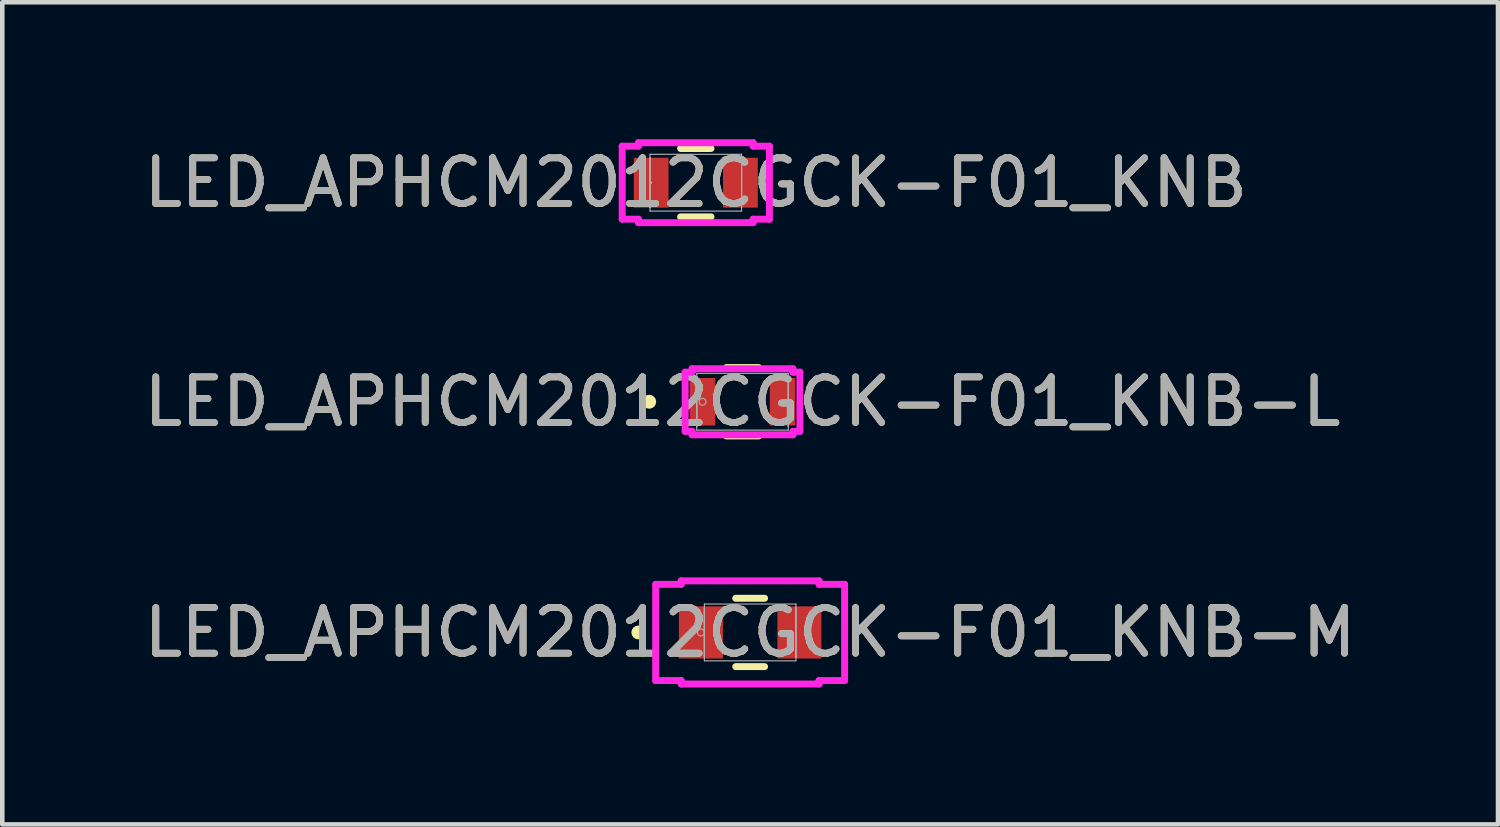
<source format=kicad_pcb>
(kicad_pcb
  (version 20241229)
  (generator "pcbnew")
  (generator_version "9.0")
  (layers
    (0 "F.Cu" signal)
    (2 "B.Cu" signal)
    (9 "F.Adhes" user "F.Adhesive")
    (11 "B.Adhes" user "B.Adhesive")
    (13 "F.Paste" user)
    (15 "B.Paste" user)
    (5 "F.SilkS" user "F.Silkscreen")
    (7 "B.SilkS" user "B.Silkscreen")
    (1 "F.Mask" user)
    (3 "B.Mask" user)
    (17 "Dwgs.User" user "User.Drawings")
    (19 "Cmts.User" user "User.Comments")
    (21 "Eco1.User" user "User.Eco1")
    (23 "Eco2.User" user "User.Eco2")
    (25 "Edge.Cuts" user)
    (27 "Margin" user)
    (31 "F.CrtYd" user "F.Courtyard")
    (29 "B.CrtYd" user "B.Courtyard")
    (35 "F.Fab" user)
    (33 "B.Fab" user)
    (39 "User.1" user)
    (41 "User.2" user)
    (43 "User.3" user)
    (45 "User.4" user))
  (footprint "LED_APHCM2012CGCK-F01_KNB"
    (layer "F.Cu")
    (at 12.196 0.953)
    (property "Reference" "LED_APHCM2012CGCK-F01_KNB" (at 0 0 0) (unlocked yes) (layer "F.SilkS") (effects (font (size 1 1) (thickness 0.15))))
    (attr smd)
    (fp_line (start -0.333 0.749) (end 0.333 0.749) (stroke (width 0.152) (type solid)) (layer "F.SilkS"))
    (fp_line (start 0.333 -0.749) (end -0.333 -0.749) (stroke (width 0.152) (type solid)) (layer "F.SilkS"))
    (fp_line (start -1.613 -0.8) (end -1.257 -0.8) (stroke (width 0.152) (type solid)) (layer "F.CrtYd"))
    (fp_line (start -1.613 0.8) (end -1.613 -0.8) (stroke (width 0.152) (type solid)) (layer "F.CrtYd"))
    (fp_line (start -1.257 -0.876) (end 1.257 -0.876) (stroke (width 0.152) (type solid)) (layer "F.CrtYd"))
    (fp_line (start -1.257 -0.8) (end -1.257 -0.876) (stroke (width 0.152) (type solid)) (layer "F.CrtYd"))
    (fp_line (start -1.257 0.8) (end -1.613 0.8) (stroke (width 0.152) (type solid)) (layer "F.CrtYd"))
    (fp_line (start -1.257 0.876) (end -1.257 0.8) (stroke (width 0.152) (type solid)) (layer "F.CrtYd"))
    (fp_line (start 1.257 -0.876) (end 1.257 -0.8) (stroke (width 0.152) (type solid)) (layer "F.CrtYd"))
    (fp_line (start 1.257 -0.8) (end 1.613 -0.8) (stroke (width 0.152) (type solid)) (layer "F.CrtYd"))
    (fp_line (start 1.257 0.8) (end 1.257 0.876) (stroke (width 0.152) (type solid)) (layer "F.CrtYd"))
    (fp_line (start 1.257 0.876) (end -1.257 0.876) (stroke (width 0.152) (type solid)) (layer "F.CrtYd"))
    (fp_line (start 1.613 -0.8) (end 1.613 0.8) (stroke (width 0.152) (type solid)) (layer "F.CrtYd"))
    (fp_line (start 1.613 0.8) (end 1.257 0.8) (stroke (width 0.152) (type solid)) (layer "F.CrtYd"))
    (fp_line (start -1.003 -0.622) (end -1.003 0.622) (stroke (width 0.025) (type solid)) (layer "F.Fab"))
    (fp_line (start -1.003 -0.546) (end -1.003 -0.546) (stroke (width 0.025) (type solid)) (layer "F.Fab"))
    (fp_line (start -1.003 -0.546) (end -1.003 0.546) (stroke (width 0.025) (type solid)) (layer "F.Fab"))
    (fp_line (start -1.003 0.546) (end -1.003 -0.546) (stroke (width 0.025) (type solid)) (layer "F.Fab"))
    (fp_line (start -1.003 0.546) (end -1.003 0.546) (stroke (width 0.025) (type solid)) (layer "F.Fab"))
    (fp_line (start -1.003 0.622) (end 1.003 0.622) (stroke (width 0.025) (type solid)) (layer "F.Fab"))
    (fp_line (start 1.003 -0.622) (end -1.003 -0.622) (stroke (width 0.025) (type solid)) (layer "F.Fab"))
    (fp_line (start 1.003 -0.546) (end 1.003 -0.546) (stroke (width 0.025) (type solid)) (layer "F.Fab"))
    (fp_line (start 1.003 -0.546) (end 1.003 0.546) (stroke (width 0.025) (type solid)) (layer "F.Fab"))
    (fp_line (start 1.003 0.546) (end 1.003 -0.546) (stroke (width 0.025) (type solid)) (layer "F.Fab"))
    (fp_line (start 1.003 0.546) (end 1.003 0.546) (stroke (width 0.025) (type solid)) (layer "F.Fab"))
    (fp_line (start 1.003 0.622) (end 1.003 -0.622) (stroke (width 0.025) (type solid)) (layer "F.Fab"))
    (fp_circle (center -0.978 0) (end -0.978 0) (stroke (width 0.025) (type solid)) (fill no) (layer "F.Fab"))
    (fp_text user "${REFERENCE}" (at 0 0 0) (unlocked yes) (layer "F.Fab") (effects (font (size 1 1) (thickness 0.15))))
    (pad "1" smd rect (at -0.978 0) (size 0.762 1.092) (layers "F.Cu" "F.Mask" "F.Paste"))
    (pad "2" smd rect (at 0.978 0) (size 0.762 1.092) (layers "F.Cu" "F.Mask" "F.Paste"))
    (zone (net_name "") (layer "F.Cu") (hatch full 0.508) (connect_pads) (min_thickness 0.254) (filled_areas_thickness no) (keepout (tracks not_allowed) (vias not_allowed) (pads allowed) (copperpour not_allowed) (footprints allowed)) (placement (enabled no)) (fill) (polygon (pts (xy 11.65 0.381) (xy 12.743 0.381) (xy 12.743 1.524) (xy 11.65 1.524)))))
  (footprint "LED_APHCM2012CGCK-F01_KNB-M"
    (layer "F.Cu")
    (at 13.387 10.808)
    (property "Reference" "LED_APHCM2012CGCK-F01_KNB-M" (at 0 0 0) (unlocked yes) (layer "F.SilkS") (effects (font (size 1 1) (thickness 0.15))))
    (attr smd)
    (fp_line (start -0.316 0.749) (end 0.316 0.749) (stroke (width 0.152) (type solid)) (layer "F.SilkS"))
    (fp_line (start 0.316 -0.749) (end -0.316 -0.749) (stroke (width 0.152) (type solid)) (layer "F.SilkS"))
    (fp_circle (center -2.451 0) (end -2.375 0) (stroke (width 0.152) (type solid)) (fill no) (layer "F.SilkS"))
    (fp_line (start -2.07 -1.054) (end -1.511 -1.054) (stroke (width 0.152) (type solid)) (layer "F.CrtYd"))
    (fp_line (start -2.07 1.054) (end -2.07 -1.054) (stroke (width 0.152) (type solid)) (layer "F.CrtYd"))
    (fp_line (start -1.511 -1.13) (end 1.511 -1.13) (stroke (width 0.152) (type solid)) (layer "F.CrtYd"))
    (fp_line (start -1.511 -1.054) (end -1.511 -1.13) (stroke (width 0.152) (type solid)) (layer "F.CrtYd"))
    (fp_line (start -1.511 1.054) (end -2.07 1.054) (stroke (width 0.152) (type solid)) (layer "F.CrtYd"))
    (fp_line (start -1.511 1.13) (end -1.511 1.054) (stroke (width 0.152) (type solid)) (layer "F.CrtYd"))
    (fp_line (start 1.511 -1.13) (end 1.511 -1.054) (stroke (width 0.152) (type solid)) (layer "F.CrtYd"))
    (fp_line (start 1.511 -1.054) (end 2.07 -1.054) (stroke (width 0.152) (type solid)) (layer "F.CrtYd"))
    (fp_line (start 1.511 1.054) (end 1.511 1.13) (stroke (width 0.152) (type solid)) (layer "F.CrtYd"))
    (fp_line (start 1.511 1.13) (end -1.511 1.13) (stroke (width 0.152) (type solid)) (layer "F.CrtYd"))
    (fp_line (start 2.07 -1.054) (end 2.07 1.054) (stroke (width 0.152) (type solid)) (layer "F.CrtYd"))
    (fp_line (start 2.07 1.054) (end 1.511 1.054) (stroke (width 0.152) (type solid)) (layer "F.CrtYd"))
    (fp_line (start -1.003 -0.622) (end -1.003 0.622) (stroke (width 0.025) (type solid)) (layer "F.Fab"))
    (fp_line (start -1.003 -0.546) (end -1.003 -0.546) (stroke (width 0.025) (type solid)) (layer "F.Fab"))
    (fp_line (start -1.003 -0.546) (end -1.003 0.546) (stroke (width 0.025) (type solid)) (layer "F.Fab"))
    (fp_line (start -1.003 0.546) (end -1.003 -0.546) (stroke (width 0.025) (type solid)) (layer "F.Fab"))
    (fp_line (start -1.003 0.546) (end -1.003 0.546) (stroke (width 0.025) (type solid)) (layer "F.Fab"))
    (fp_line (start -1.003 0.622) (end 1.003 0.622) (stroke (width 0.025) (type solid)) (layer "F.Fab"))
    (fp_line (start 1.003 -0.622) (end -1.003 -0.622) (stroke (width 0.025) (type solid)) (layer "F.Fab"))
    (fp_line (start 1.003 -0.546) (end 1.003 -0.546) (stroke (width 0.025) (type solid)) (layer "F.Fab"))
    (fp_line (start 1.003 -0.546) (end 1.003 0.546) (stroke (width 0.025) (type solid)) (layer "F.Fab"))
    (fp_line (start 1.003 0.546) (end 1.003 -0.546) (stroke (width 0.025) (type solid)) (layer "F.Fab"))
    (fp_line (start 1.003 0.546) (end 1.003 0.546) (stroke (width 0.025) (type solid)) (layer "F.Fab"))
    (fp_line (start 1.003 0.622) (end 1.003 -0.622) (stroke (width 0.025) (type solid)) (layer "F.Fab"))
    (fp_circle (center -1.079 0) (end -1.003 0) (stroke (width 0.025) (type solid)) (fill no) (layer "F.Fab"))
    (fp_text user "${REFERENCE}" (at 0 0 0) (unlocked yes) (layer "F.Fab") (effects (font (size 1 1) (thickness 0.15))))
    (pad "1" smd rect (at -1.079 0) (size 0.965 1.143) (layers "F.Cu" "F.Mask" "F.Paste"))
    (pad "2" smd rect (at 1.079 0) (size 0.965 1.143) (layers "F.Cu" "F.Mask" "F.Paste"))
    (zone (net_name "") (layer "F.Cu") (hatch full 0.508) (connect_pads) (min_thickness 0.254) (filled_areas_thickness no) (keepout (tracks not_allowed) (vias not_allowed) (pads allowed) (copperpour not_allowed) (footprints allowed)) (placement (enabled no)) (fill) (polygon (pts (xy 12.841 10.236) (xy 13.933 10.236) (xy 13.933 11.38) (xy 12.841 11.38)))))
  (footprint "LED_APHCM2012CGCK-F01_KNB-L"
    (layer "F.Cu")
    (at 13.22 5.753)
    (property "Reference" "LED_APHCM2012CGCK-F01_KNB-L" (at 0 0 0) (unlocked yes) (layer "F.SilkS") (effects (font (size 1 1) (thickness 0.15))))
    (attr smd)
    (fp_line (start -0.355 0.749) (end 0.355 0.749) (stroke (width 0.152) (type solid)) (layer "F.SilkS"))
    (fp_line (start 0.355 -0.749) (end -0.355 -0.749) (stroke (width 0.152) (type solid)) (layer "F.SilkS"))
    (fp_circle (center -2.045 0) (end -1.968 0) (stroke (width 0.152) (type solid)) (fill no) (layer "F.SilkS"))
    (fp_line (start -1.257 -0.648) (end -1.105 -0.648) (stroke (width 0.152) (type solid)) (layer "F.CrtYd"))
    (fp_line (start -1.257 0.648) (end -1.257 -0.648) (stroke (width 0.152) (type solid)) (layer "F.CrtYd"))
    (fp_line (start -1.105 -0.724) (end 1.105 -0.724) (stroke (width 0.152) (type solid)) (layer "F.CrtYd"))
    (fp_line (start -1.105 -0.648) (end -1.105 -0.724) (stroke (width 0.152) (type solid)) (layer "F.CrtYd"))
    (fp_line (start -1.105 0.648) (end -1.257 0.648) (stroke (width 0.152) (type solid)) (layer "F.CrtYd"))
    (fp_line (start -1.105 0.724) (end -1.105 0.648) (stroke (width 0.152) (type solid)) (layer "F.CrtYd"))
    (fp_line (start 1.105 -0.724) (end 1.105 -0.648) (stroke (width 0.152) (type solid)) (layer "F.CrtYd"))
    (fp_line (start 1.105 -0.648) (end 1.257 -0.648) (stroke (width 0.152) (type solid)) (layer "F.CrtYd"))
    (fp_line (start 1.105 0.648) (end 1.105 0.724) (stroke (width 0.152) (type solid)) (layer "F.CrtYd"))
    (fp_line (start 1.105 0.724) (end -1.105 0.724) (stroke (width 0.152) (type solid)) (layer "F.CrtYd"))
    (fp_line (start 1.257 -0.648) (end 1.257 0.648) (stroke (width 0.152) (type solid)) (layer "F.CrtYd"))
    (fp_line (start 1.257 0.648) (end 1.105 0.648) (stroke (width 0.152) (type solid)) (layer "F.CrtYd"))
    (fp_line (start -1.003 -0.622) (end -1.003 0.622) (stroke (width 0.025) (type solid)) (layer "F.Fab"))
    (fp_line (start -1.003 -0.546) (end -1.003 -0.546) (stroke (width 0.025) (type solid)) (layer "F.Fab"))
    (fp_line (start -1.003 -0.546) (end -1.003 0.546) (stroke (width 0.025) (type solid)) (layer "F.Fab"))
    (fp_line (start -1.003 0.546) (end -1.003 -0.546) (stroke (width 0.025) (type solid)) (layer "F.Fab"))
    (fp_line (start -1.003 0.546) (end -1.003 0.546) (stroke (width 0.025) (type solid)) (layer "F.Fab"))
    (fp_line (start -1.003 0.622) (end 1.003 0.622) (stroke (width 0.025) (type solid)) (layer "F.Fab"))
    (fp_line (start 1.003 -0.622) (end -1.003 -0.622) (stroke (width 0.025) (type solid)) (layer "F.Fab"))
    (fp_line (start 1.003 -0.546) (end 1.003 -0.546) (stroke (width 0.025) (type solid)) (layer "F.Fab"))
    (fp_line (start 1.003 -0.546) (end 1.003 0.546) (stroke (width 0.025) (type solid)) (layer "F.Fab"))
    (fp_line (start 1.003 0.546) (end 1.003 -0.546) (stroke (width 0.025) (type solid)) (layer "F.Fab"))
    (fp_line (start 1.003 0.546) (end 1.003 0.546) (stroke (width 0.025) (type solid)) (layer "F.Fab"))
    (fp_line (start 1.003 0.622) (end 1.003 -0.622) (stroke (width 0.025) (type solid)) (layer "F.Fab"))
    (fp_circle (center -0.876 0) (end -0.8 0) (stroke (width 0.025) (type solid)) (fill no) (layer "F.Fab"))
    (fp_text user "${REFERENCE}" (at 0 0 0) (unlocked yes) (layer "F.Fab") (effects (font (size 1 1) (thickness 0.15))))
    (pad "1" smd rect (at -0.876 0) (size 0.559 1.041) (layers "F.Cu" "F.Mask" "F.Paste"))
    (pad "2" smd rect (at 0.876 0) (size 0.559 1.041) (layers "F.Cu" "F.Mask" "F.Paste"))
    (zone (net_name "") (layer "F.Cu") (hatch full 0.508) (connect_pads) (min_thickness 0.254) (filled_areas_thickness no) (keepout (tracks not_allowed) (vias not_allowed) (pads allowed) (copperpour not_allowed) (footprints allowed)) (placement (enabled no)) (fill) (polygon (pts (xy 12.674 5.182) (xy 13.766 5.182) (xy 13.766 6.325) (xy 12.674 6.325)))))
  (gr_rect
    (start -3 -3)
    (end 29.774 15.014)
    (stroke (width 0.1) (type default))
    (fill no)
    (layer "Edge.Cuts")))
</source>
